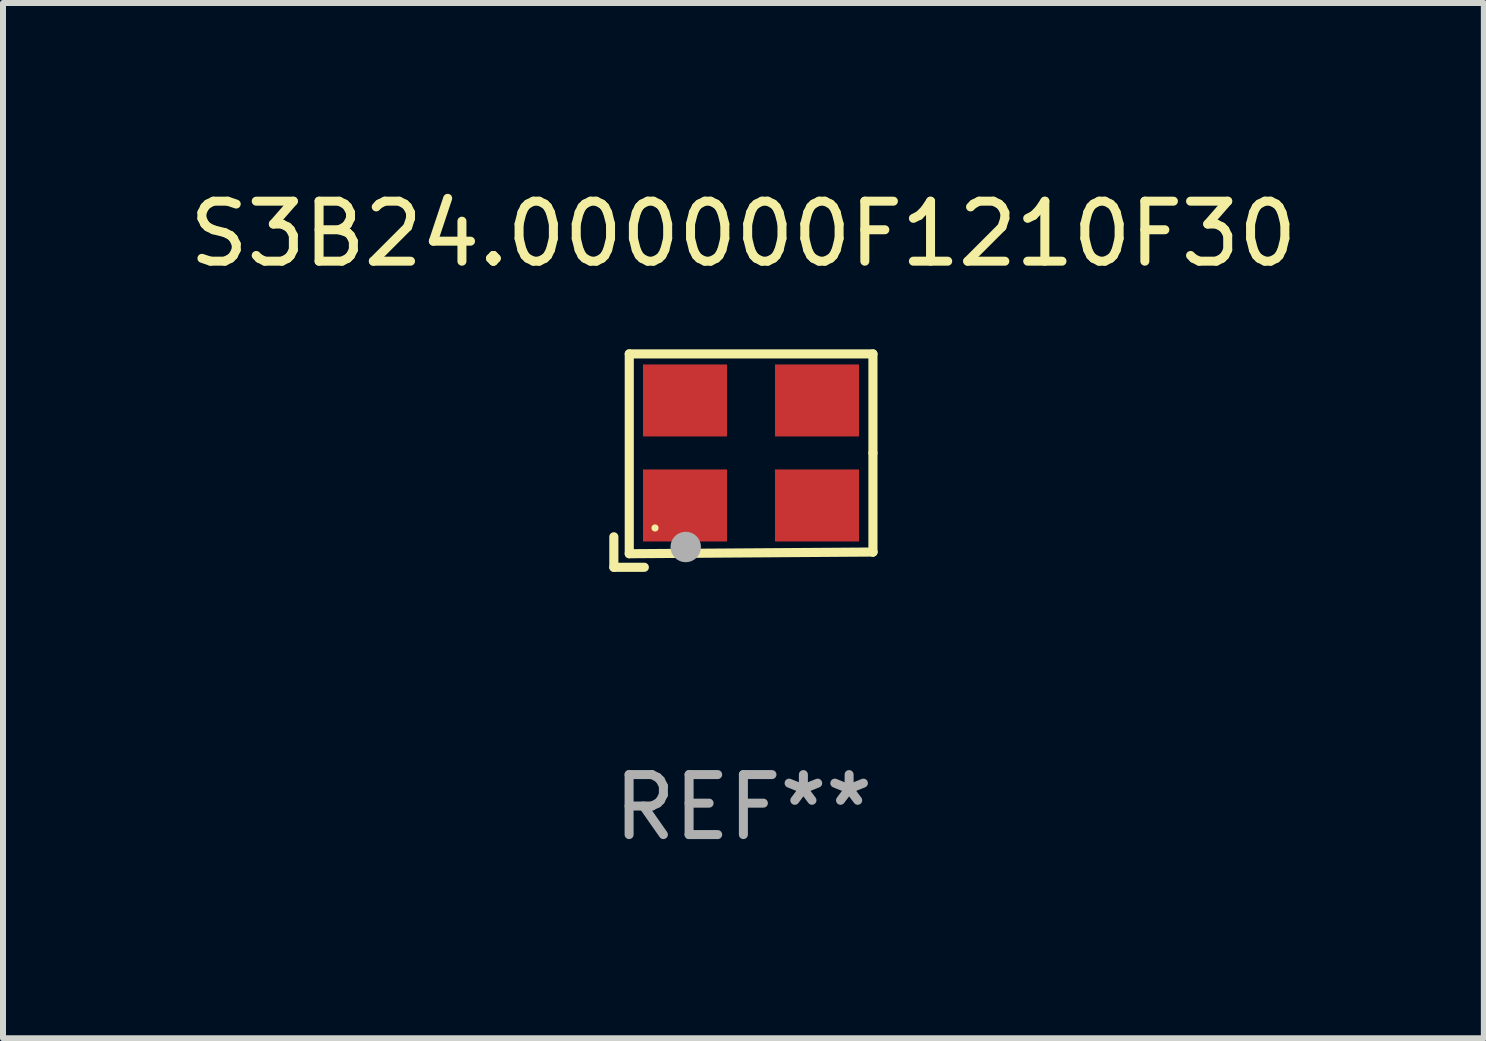
<source format=kicad_pcb>
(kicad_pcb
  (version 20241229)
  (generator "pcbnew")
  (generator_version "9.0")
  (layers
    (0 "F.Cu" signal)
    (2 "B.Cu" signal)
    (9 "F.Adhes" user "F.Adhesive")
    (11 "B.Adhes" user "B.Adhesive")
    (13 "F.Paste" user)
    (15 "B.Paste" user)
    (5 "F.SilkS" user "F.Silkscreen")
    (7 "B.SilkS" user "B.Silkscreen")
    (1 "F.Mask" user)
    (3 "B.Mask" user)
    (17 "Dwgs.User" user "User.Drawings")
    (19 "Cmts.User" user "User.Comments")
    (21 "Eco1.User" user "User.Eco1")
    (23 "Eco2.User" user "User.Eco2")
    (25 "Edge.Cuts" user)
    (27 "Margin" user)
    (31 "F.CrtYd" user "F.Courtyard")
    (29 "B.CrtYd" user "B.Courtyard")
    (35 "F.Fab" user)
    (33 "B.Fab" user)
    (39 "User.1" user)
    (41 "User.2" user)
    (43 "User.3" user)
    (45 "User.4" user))
  (footprint "S3B24.000000F1210F30"
    (layer "F.Cu")
    (at 9.339 4.626)
    (property "Reference" "S3B24.000000F1210F30" (at 0 -3.778 0) (layer "F.SilkS") (effects (font (size 1 1) (thickness 0.15))))
    (attr through_hole)
    (fp_line (start -2.159 1.27) (end -2.159 1.778) (stroke (width 0.152) (type solid)) (layer "F.SilkS"))
    (fp_line (start -2.159 1.778) (end -1.651 1.778) (stroke (width 0.152) (type solid)) (layer "F.SilkS"))
    (fp_line (start -1.902 -1.778) (end 2.159 -1.778) (stroke (width 0.152) (type solid)) (layer "F.SilkS"))
    (fp_line (start -1.902 1.552) (end -1.902 -1.778) (stroke (width 0.152) (type solid)) (layer "F.SilkS"))
    (fp_line (start 2.159 -1.778) (end 2.159 -0.127) (stroke (width 0.152) (type solid)) (layer "F.SilkS"))
    (fp_line (start 2.159 -0.127) (end 2.159 1.524) (stroke (width 0.152) (type solid)) (layer "F.SilkS"))
    (fp_line (start 2.159 1.524) (end -1.902 1.552) (stroke (width 0.152) (type solid)) (layer "F.SilkS"))
    (fp_line (start 2.159 1.524) (end 2.159 1.524) (stroke (width 0.152) (type solid)) (layer "F.SilkS"))
    (fp_circle (center -1.473 1.123) (end -1.443 1.123) (stroke (width 0.06) (type solid)) (fill no) (layer "F.SilkS"))
    (fp_circle (center -0.961 1.44) (end -0.834 1.44) (stroke (width 0.254) (type solid)) (fill no) (layer "F.Fab"))
    (fp_text user "REF**" (at 0 5.778 0) (layer "F.Fab") (effects (font (size 1 1) (thickness 0.15))))
    (pad "1" smd rect (at -0.973 0.748) (size 1.4 1.2) (layers "F.Cu" "F.Mask" "F.Paste"))
    (pad "2" smd rect (at 1.227 0.748) (size 1.4 1.2) (layers "F.Cu" "F.Mask" "F.Paste"))
    (pad "3" smd rect (at 1.227 -1.002) (size 1.4 1.2) (layers "F.Cu" "F.Mask" "F.Paste"))
    (pad "4" smd rect (at -0.973 -1.002) (size 1.4 1.2) (layers "F.Cu" "F.Mask" "F.Paste")))
  (gr_rect
    (start -3 -3)
    (end 21.679 14.253)
    (stroke (width 0.1) (type default))
    (fill no)
    (layer "Edge.Cuts")))
</source>
